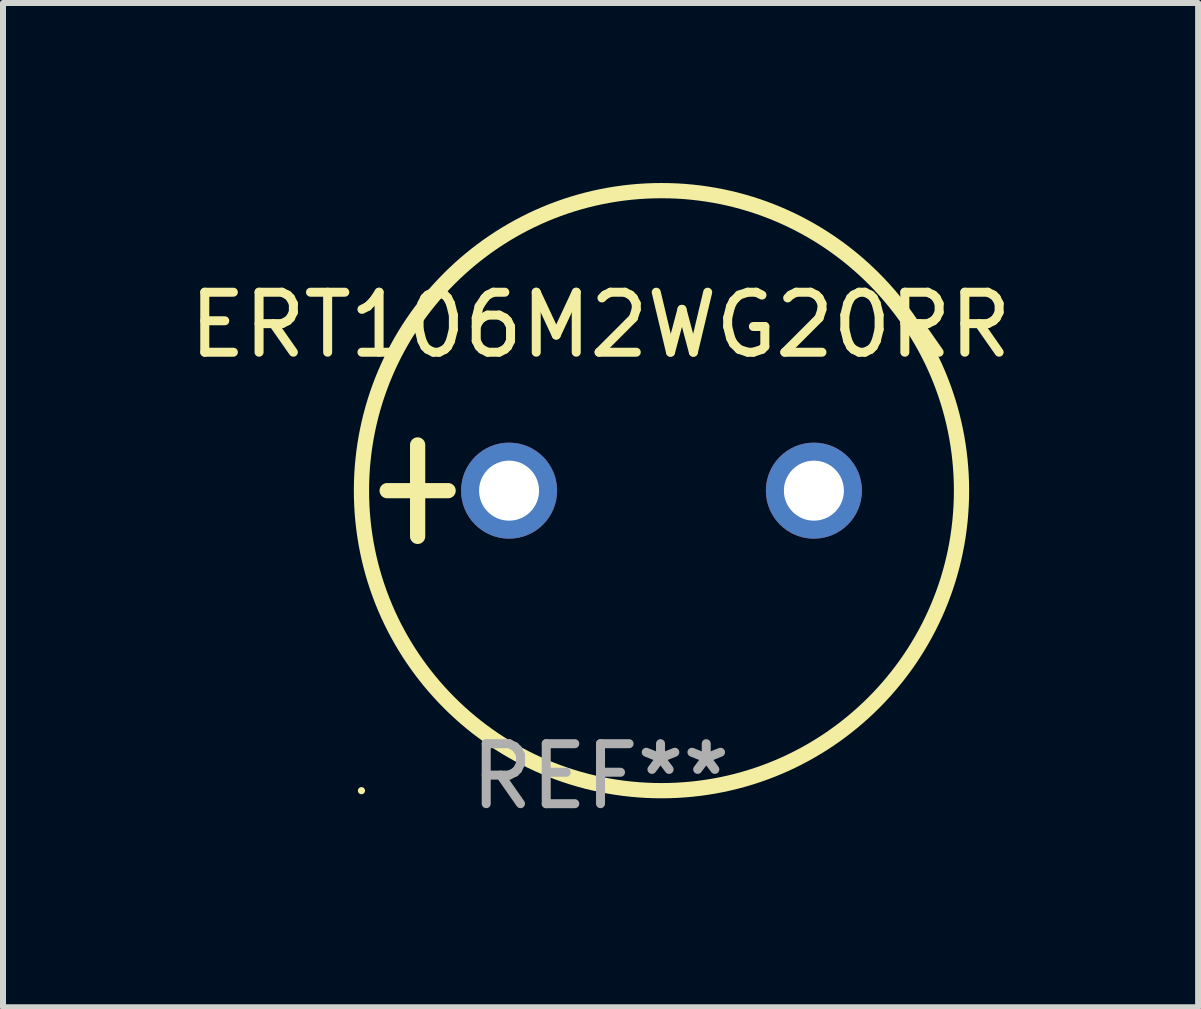
<source format=kicad_pcb>
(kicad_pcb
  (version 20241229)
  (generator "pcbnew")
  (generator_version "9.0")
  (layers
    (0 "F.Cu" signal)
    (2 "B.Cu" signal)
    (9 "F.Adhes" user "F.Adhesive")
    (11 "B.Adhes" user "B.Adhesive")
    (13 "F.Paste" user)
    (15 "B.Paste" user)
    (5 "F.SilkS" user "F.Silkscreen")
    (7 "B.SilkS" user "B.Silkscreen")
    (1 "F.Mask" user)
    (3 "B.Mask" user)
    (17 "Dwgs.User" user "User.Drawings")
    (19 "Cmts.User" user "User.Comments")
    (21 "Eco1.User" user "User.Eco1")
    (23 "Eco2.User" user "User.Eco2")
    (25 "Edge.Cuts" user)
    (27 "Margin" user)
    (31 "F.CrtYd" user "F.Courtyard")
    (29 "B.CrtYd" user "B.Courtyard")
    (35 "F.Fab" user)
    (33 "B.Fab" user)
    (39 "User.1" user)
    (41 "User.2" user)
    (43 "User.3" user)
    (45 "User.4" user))
  (footprint "ERT106M2WG20RR"
    (layer "F.Cu")
    (at 6.958 5.127)
    (property "Reference" "ERT106M2WG20RR" (at 0 -2.762 0) (layer "F.SilkS") (effects (font (size 1 1) (thickness 0.15))))
    (attr through_hole)
    (fp_line (start -3.556 0) (end -2.54 0) (stroke (width 0.254) (type solid)) (layer "F.SilkS"))
    (fp_line (start -3.048 -0.762) (end -3.048 0.762) (stroke (width 0.254) (type solid)) (layer "F.SilkS"))
    (fp_circle (center -3.984 5) (end -3.954 5) (stroke (width 0.06) (type solid)) (fill no) (layer "F.SilkS"))
    (fp_circle (center 1.016 0) (end 6.016 0) (stroke (width 0.254) (type solid)) (fill no) (layer "F.SilkS"))
    (fp_text user "REF**" (at 0 4.762 0) (layer "F.Fab") (effects (font (size 1 1) (thickness 0.15))))
    (pad "1" thru_hole circle (at -1.524 0) (size 1.6 1.6) (drill 1) (layers "*.Cu" "*.Mask"))
    (pad "2" thru_hole circle (at 3.556 0) (size 1.6 1.6) (drill 1) (layers "*.Cu" "*.Mask")))
  (gr_rect
    (start -3 -3)
    (end 16.917 13.737)
    (stroke (width 0.1) (type default))
    (fill no)
    (layer "Edge.Cuts")))
</source>
